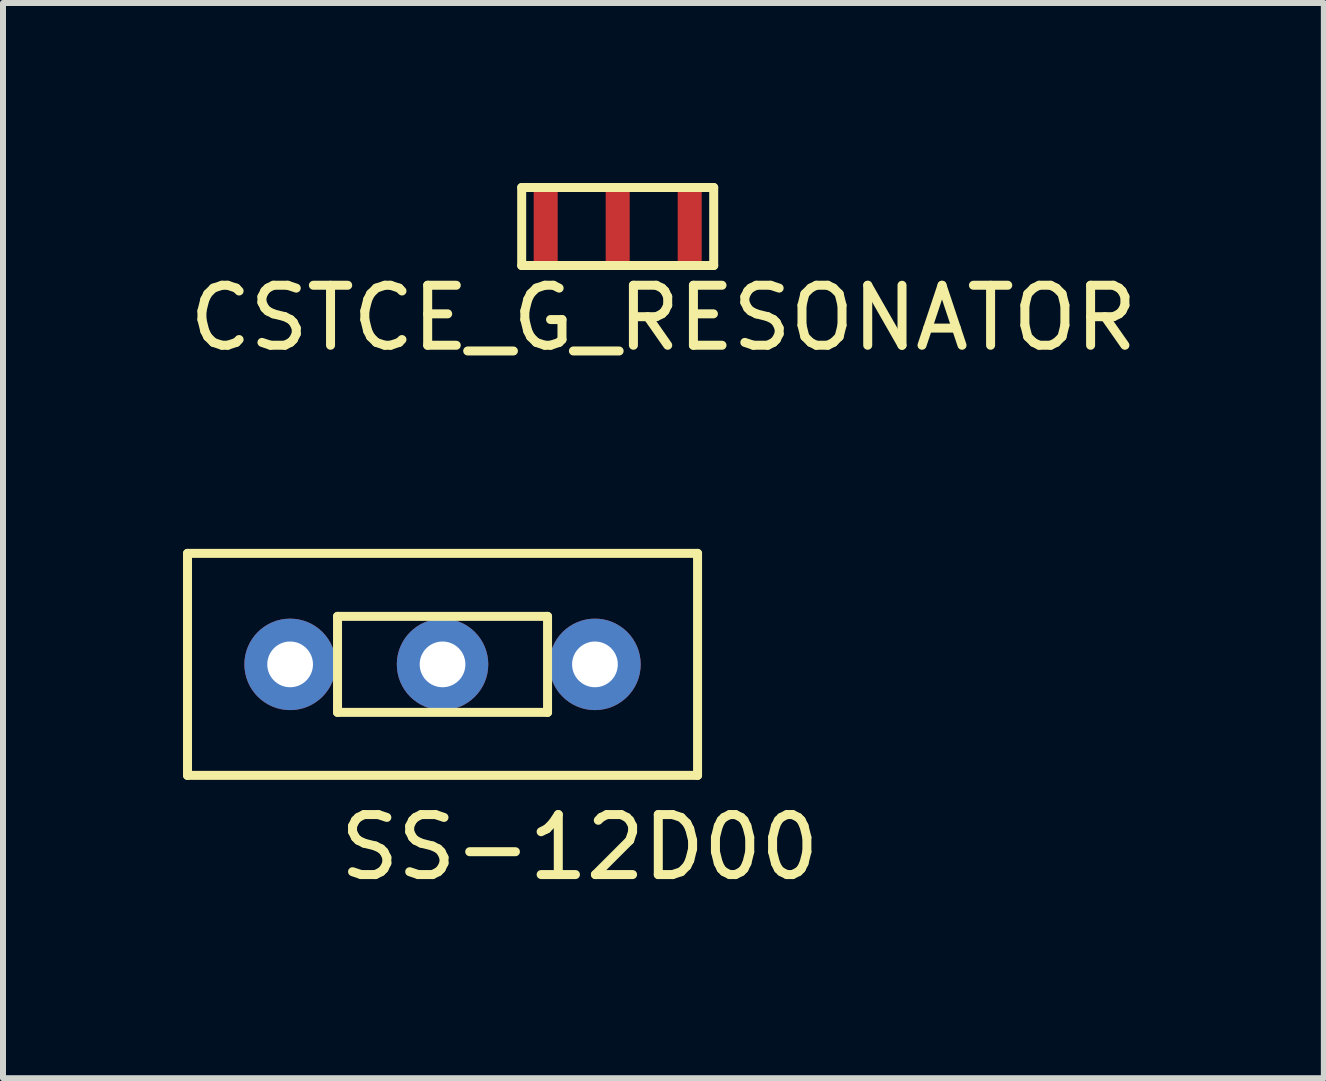
<source format=kicad_pcb>
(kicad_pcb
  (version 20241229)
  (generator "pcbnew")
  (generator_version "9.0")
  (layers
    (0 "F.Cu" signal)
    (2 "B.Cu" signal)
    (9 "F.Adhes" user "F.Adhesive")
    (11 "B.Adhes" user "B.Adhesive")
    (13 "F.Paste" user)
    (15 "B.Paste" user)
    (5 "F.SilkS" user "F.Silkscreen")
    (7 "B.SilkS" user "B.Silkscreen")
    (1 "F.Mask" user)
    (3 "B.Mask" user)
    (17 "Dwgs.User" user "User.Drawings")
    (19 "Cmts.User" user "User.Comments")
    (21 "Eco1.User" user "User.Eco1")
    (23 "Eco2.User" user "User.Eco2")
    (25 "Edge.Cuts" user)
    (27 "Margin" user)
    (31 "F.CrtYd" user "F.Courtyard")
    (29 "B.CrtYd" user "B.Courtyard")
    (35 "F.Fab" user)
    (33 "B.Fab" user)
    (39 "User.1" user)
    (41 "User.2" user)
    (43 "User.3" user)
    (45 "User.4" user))
  (footprint "SS-12D00"
    (layer "F.Cu")
    (at 4.325 8.022)
    (property "Reference" "SS-12D00" (at 2.286 3.048 0) (layer "F.SilkS") (effects (font (size 1 1) (thickness 0.15))))
    (attr through_hole)
    (fp_line (start -4.25 -1.85) (end -4.25 1.85) (stroke (width 0.15) (type solid)) (layer "F.SilkS"))
    (fp_line (start -4.25 -1.85) (end 4.25 -1.85) (stroke (width 0.15) (type solid)) (layer "F.SilkS"))
    (fp_line (start -4.25 1.85) (end 4.25 1.85) (stroke (width 0.15) (type solid)) (layer "F.SilkS"))
    (fp_line (start -1.75 -0.8) (end -1.75 0.8) (stroke (width 0.15) (type solid)) (layer "F.SilkS"))
    (fp_line (start -1.75 -0.8) (end 1.75 -0.8) (stroke (width 0.15) (type solid)) (layer "F.SilkS"))
    (fp_line (start -1.75 0.8) (end 1.75 0.8) (stroke (width 0.15) (type solid)) (layer "F.SilkS"))
    (fp_line (start 1.75 -0.8) (end 1.75 0.8) (stroke (width 0.15) (type solid)) (layer "F.SilkS"))
    (fp_line (start 4.25 -1.85) (end 4.25 1.85) (stroke (width 0.15) (type solid)) (layer "F.SilkS"))
    (pad "1" thru_hole circle (at -2.54 0) (size 1.524 1.524) (drill 0.762) (layers "*.Cu" "*.Mask"))
    (pad "2" thru_hole circle (at 0 0) (size 1.524 1.524) (drill 0.762) (layers "*.Cu" "*.Mask"))
    (pad "3" thru_hole circle (at 2.54 0) (size 1.524 1.524) (drill 0.762) (layers "*.Cu" "*.Mask")))
  (footprint "CSTCE_G_RESONATOR"
    (layer "F.Cu")
    (at 7.244 0.725)
    (property "Reference" "CSTCE_G_RESONATOR" (at 0.762 1.524 0) (layer "F.SilkS") (effects (font (size 1 1) (thickness 0.15))))
    (attr through_hole)
    (fp_line (start -1.6 -0.65) (end -1.6 0.65) (stroke (width 0.15) (type solid)) (layer "F.SilkS"))
    (fp_line (start -1.6 -0.65) (end 1.6 -0.65) (stroke (width 0.15) (type solid)) (layer "F.SilkS"))
    (fp_line (start -1.6 0.65) (end 1.6 0.65) (stroke (width 0.15) (type solid)) (layer "F.SilkS"))
    (fp_line (start 1.6 -0.65) (end 1.6 0.65) (stroke (width 0.15) (type solid)) (layer "F.SilkS"))
    (pad "1" smd rect (at -1.2 0) (size 0.4 1.3) (layers "F.Cu" "F.Mask" "F.Paste"))
    (pad "2" smd rect (at 0 0) (size 0.4 1.3) (layers "F.Cu" "F.Mask" "F.Paste"))
    (pad "3" smd rect (at 1.2 0) (size 0.4 1.3) (layers "F.Cu" "F.Mask" "F.Paste")))
  (gr_rect
    (start -3 -3)
    (end 19.012 14.918)
    (stroke (width 0.1) (type default))
    (fill no)
    (layer "Edge.Cuts")))
</source>
